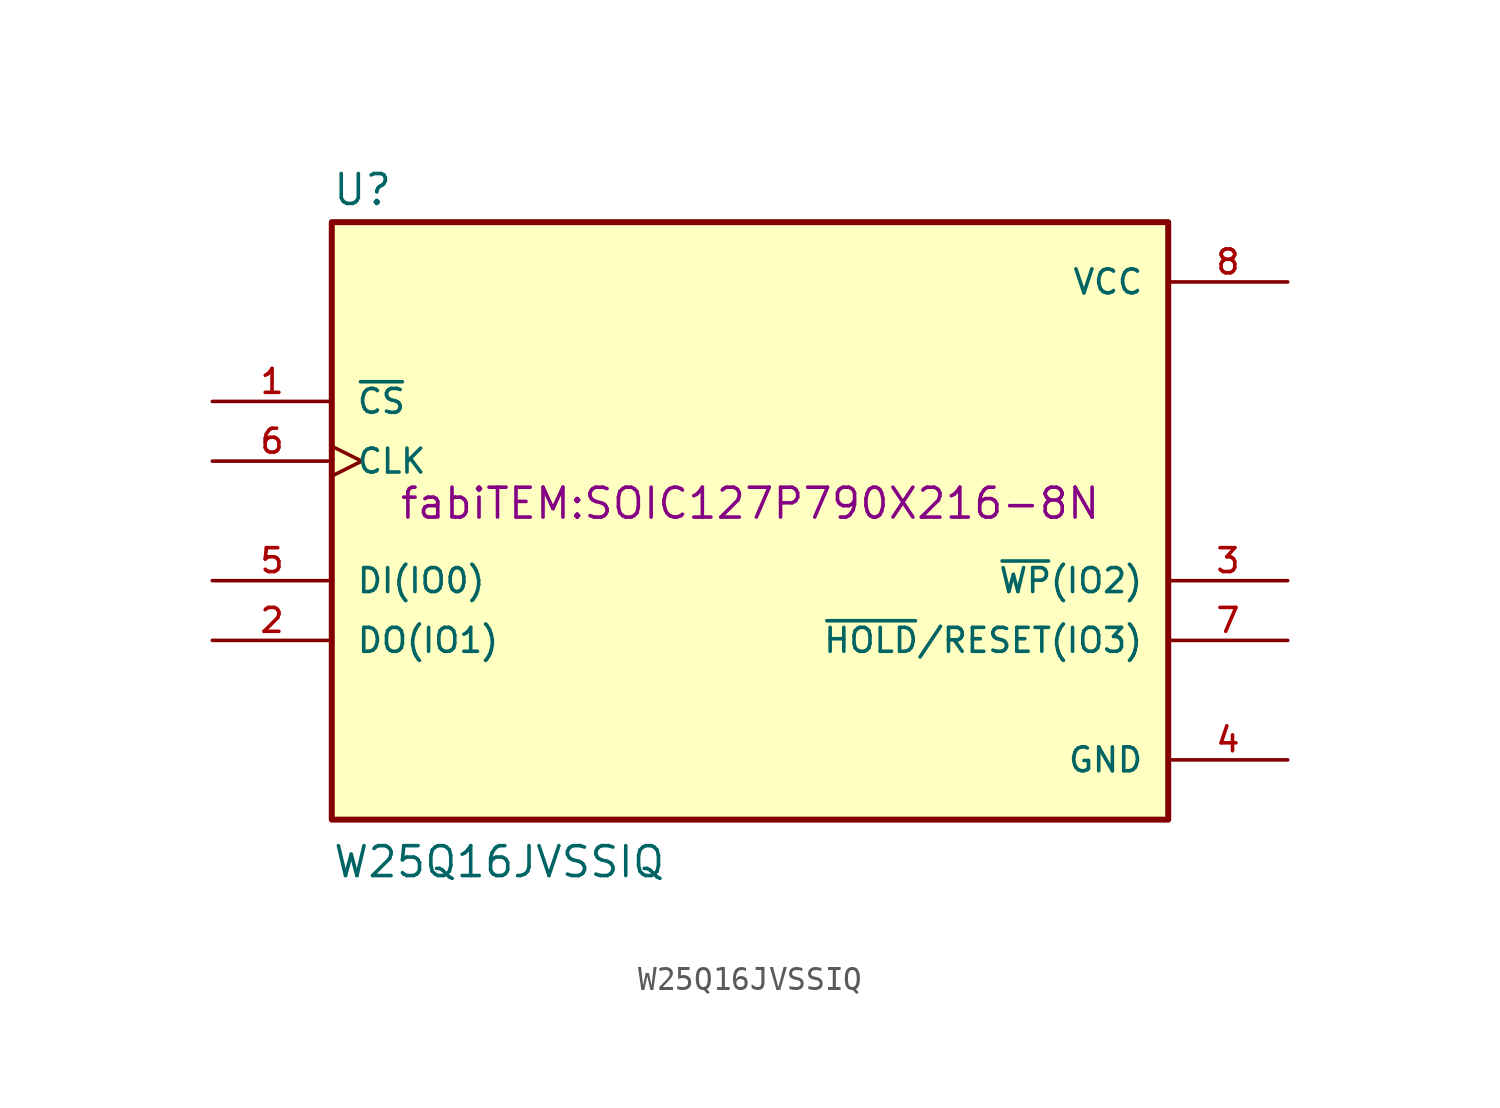
<source format=kicad_sym>
(kicad_symbol_lib
  (version 20231120)
  (generator "kicad_symbol_editor")
  (generator_version "8.0")
  (symbol "W25Q16JVSSIQ"
    (pin_names
      (offset 1.016))
    (property "Reference" "U"
      (at -17.78 13.335 0)
      (effects (font (size 1.27 1.27)) (justify left bottom)))
    (property "Value" "W25Q16JVSSIQ"
      (at -17.78 -15.24 0)
      (effects (font (size 1.27 1.27)) (justify left bottom)))
    (property "Footprint" "fabiTEM:SOIC127P790X216-8N"
      (at 0 0 0)
      (effects (font (size 1.27 1.27)) (justify bottom)))
    (symbol "W25Q16JVSSIQ_0_0"
      (rectangle (start -17.78 -12.7) (end 17.78 12.7) (stroke (width 0.254) (type default)) (fill (type background)))
      (pin input line (at -22.86 5.08 0) (length 5.08) (name "~{CS}" (effects (font (size 1.016 1.016)))) (number "1" (effects (font (size 1.016 1.016)))))
      (pin bidirectional line (at -22.86 -5.08 0) (length 5.08) (name "DO(IO1)" (effects (font (size 1.016 1.016)))) (number "2" (effects (font (size 1.016 1.016)))))
      (pin bidirectional line (at 22.86 -2.54 180) (length 5.08) (name "~{WP}(IO2)" (effects (font (size 1.016 1.016)))) (number "3" (effects (font (size 1.016 1.016)))))
      (pin power_in line (at 22.86 -10.16 180) (length 5.08) (name "GND" (effects (font (size 1.016 1.016)))) (number "4" (effects (font (size 1.016 1.016)))))
      (pin bidirectional line (at -22.86 -2.54 0) (length 5.08) (name "DI(IO0)" (effects (font (size 1.016 1.016)))) (number "5" (effects (font (size 1.016 1.016)))))
      (pin input clock (at -22.86 2.54 0) (length 5.08) (name "CLK" (effects (font (size 1.016 1.016)))) (number "6" (effects (font (size 1.016 1.016)))))
      (pin bidirectional line (at 22.86 -5.08 180) (length 5.08) (name "~{HOLD}/RESET(IO3)" (effects (font (size 1.016 1.016)))) (number "7" (effects (font (size 1.016 1.016)))))
      (pin power_in line (at 22.86 10.16 180) (length 5.08) (name "VCC" (effects (font (size 1.016 1.016)))) (number "8" (effects (font (size 1.016 1.016))))))))
</source>
